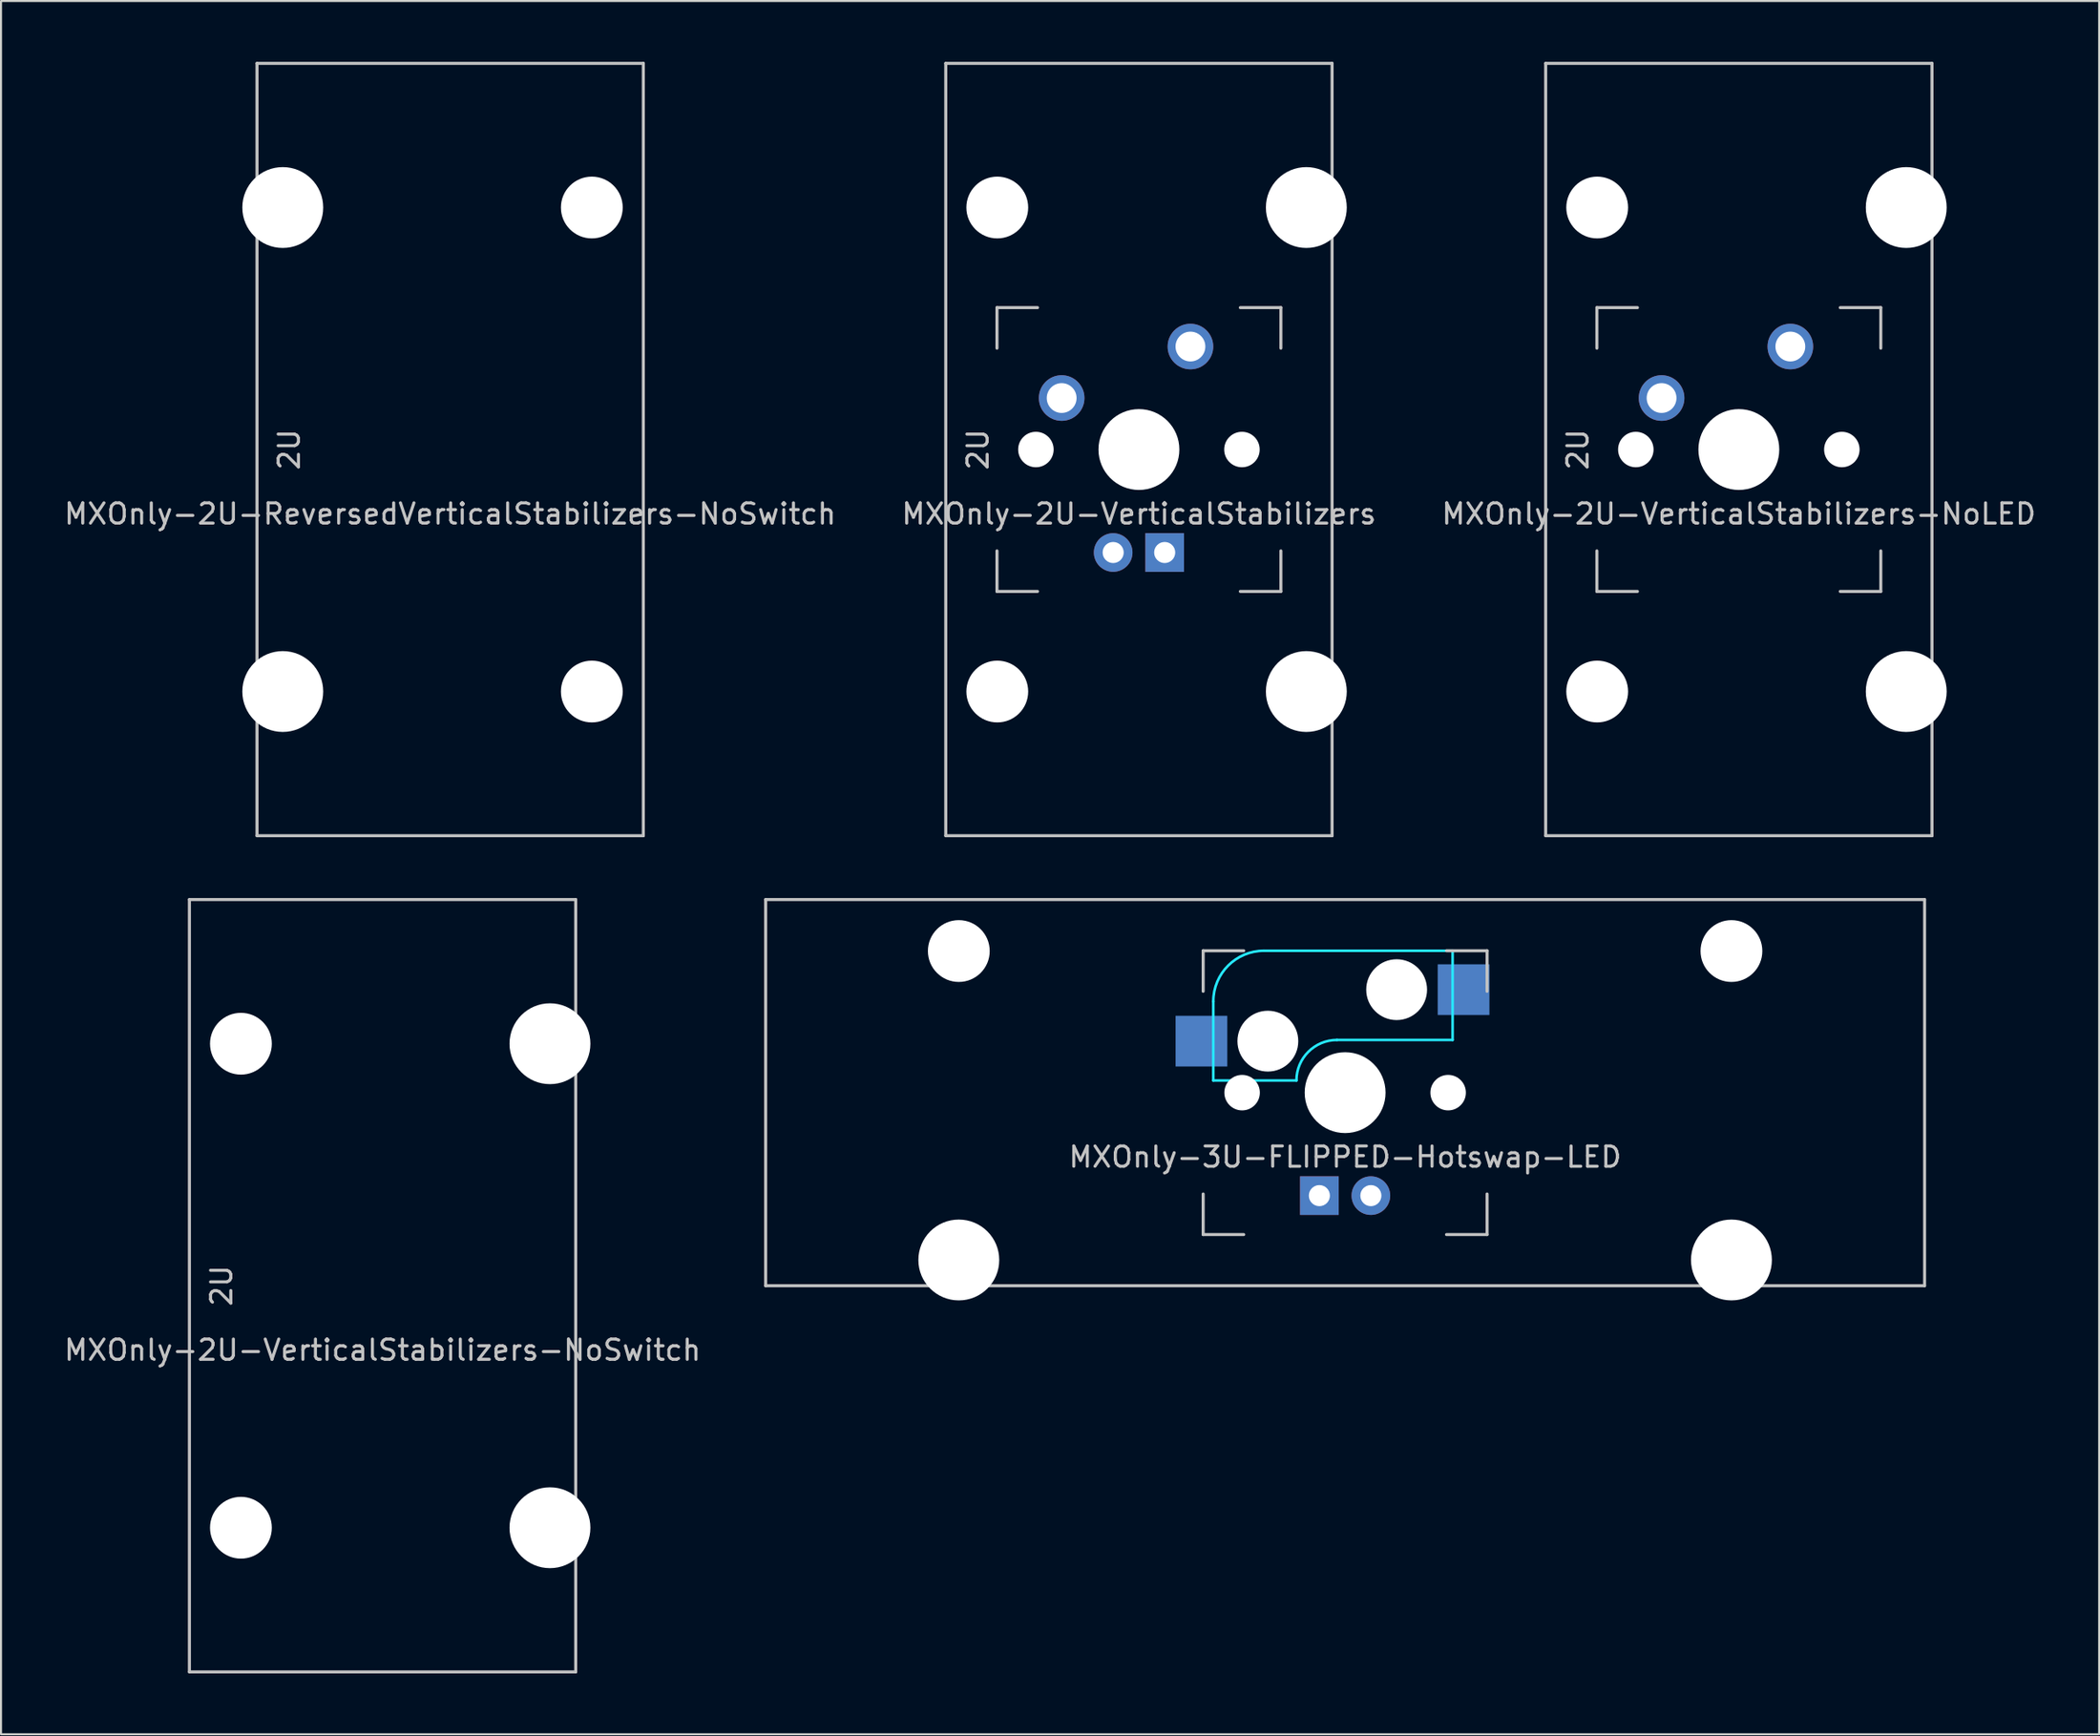
<source format=kicad_pcb>
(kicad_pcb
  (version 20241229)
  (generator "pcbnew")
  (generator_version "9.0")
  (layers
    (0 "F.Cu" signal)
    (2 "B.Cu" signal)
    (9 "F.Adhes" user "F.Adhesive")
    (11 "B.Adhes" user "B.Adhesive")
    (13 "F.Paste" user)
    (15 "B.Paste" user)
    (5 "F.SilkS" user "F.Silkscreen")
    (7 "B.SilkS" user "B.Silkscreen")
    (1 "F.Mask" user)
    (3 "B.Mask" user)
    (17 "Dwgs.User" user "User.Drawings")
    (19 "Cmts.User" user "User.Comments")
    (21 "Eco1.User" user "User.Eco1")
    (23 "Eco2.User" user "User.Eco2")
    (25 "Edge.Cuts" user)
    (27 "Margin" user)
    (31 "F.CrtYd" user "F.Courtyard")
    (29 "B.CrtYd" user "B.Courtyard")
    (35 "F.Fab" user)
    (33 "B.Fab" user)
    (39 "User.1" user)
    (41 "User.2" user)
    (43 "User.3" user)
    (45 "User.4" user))
  (footprint "MXOnly-2U-ReversedVerticalStabilizers-NoSwitch"
    (layer "F.Cu")
    (at 19.149 19.125)
    (property "Reference" "MXOnly-2U-ReversedVerticalStabilizers-NoSwitch" (at 0 3.175 0) (layer "Dwgs.User") (effects (font (size 1 1) (thickness 0.15))))
    (attr through_hole)
    (fp_line (start -9.525 -19.05) (end 9.525 -19.05) (stroke (width 0.15) (type solid)) (layer "Dwgs.User"))
    (fp_line (start -9.525 19.05) (end -9.525 -19.05) (stroke (width 0.15) (type solid)) (layer "Dwgs.User"))
    (fp_line (start 9.525 19.05) (end -9.525 19.05) (stroke (width 0.15) (type solid)) (layer "Dwgs.User"))
    (fp_line (start 9.525 19.05) (end 9.525 -19.05) (stroke (width 0.15) (type solid)) (layer "Dwgs.User"))
    (fp_text user "2U" (at -7.938 0 270) (layer "Dwgs.User") (effects (font (size 1 1) (thickness 0.15))))
    (pad "" np_thru_hole circle (at -8.255 -11.938 90) (size 3.988 3.988) (drill 3.988) (layers "*.Cu" "*.Mask"))
    (pad "" np_thru_hole circle (at -8.255 11.938 90) (size 3.988 3.988) (drill 3.988) (layers "*.Cu" "*.Mask"))
    (pad "" np_thru_hole circle (at 6.985 -11.938 180) (size 3.048 3.048) (drill 3.048) (layers "*.Cu" "*.Mask"))
    (pad "" np_thru_hole circle (at 6.985 11.938 90) (size 3.048 3.048) (drill 3.048) (layers "*.Cu" "*.Mask")))
  (footprint "MXOnly-2U-VerticalStabilizers"
    (layer "F.Cu")
    (at 53.113 19.125)
    (property "Reference" "MXOnly-2U-VerticalStabilizers" (at 0 3.175 0) (layer "Dwgs.User") (effects (font (size 1 1) (thickness 0.15))))
    (attr through_hole)
    (fp_line (start -9.525 -19.05) (end 9.525 -19.05) (stroke (width 0.15) (type solid)) (layer "Dwgs.User"))
    (fp_line (start -9.525 19.05) (end -9.525 -19.05) (stroke (width 0.15) (type solid)) (layer "Dwgs.User"))
    (fp_line (start -7 -7) (end -7 -5) (stroke (width 0.15) (type solid)) (layer "Dwgs.User"))
    (fp_line (start -7 5) (end -7 7) (stroke (width 0.15) (type solid)) (layer "Dwgs.User"))
    (fp_line (start -7 7) (end -5 7) (stroke (width 0.15) (type solid)) (layer "Dwgs.User"))
    (fp_line (start -5 -7) (end -7 -7) (stroke (width 0.15) (type solid)) (layer "Dwgs.User"))
    (fp_line (start 5 -7) (end 7 -7) (stroke (width 0.15) (type solid)) (layer "Dwgs.User"))
    (fp_line (start 5 7) (end 7 7) (stroke (width 0.15) (type solid)) (layer "Dwgs.User"))
    (fp_line (start 7 -7) (end 7 -5) (stroke (width 0.15) (type solid)) (layer "Dwgs.User"))
    (fp_line (start 7 7) (end 7 5) (stroke (width 0.15) (type solid)) (layer "Dwgs.User"))
    (fp_line (start 9.525 19.05) (end -9.525 19.05) (stroke (width 0.15) (type solid)) (layer "Dwgs.User"))
    (fp_line (start 9.525 19.05) (end 9.525 -19.05) (stroke (width 0.15) (type solid)) (layer "Dwgs.User"))
    (fp_text user "2U" (at -7.938 0 270) (layer "Dwgs.User") (effects (font (size 1 1) (thickness 0.15))))
    (pad "" np_thru_hole circle (at -6.985 -11.938 180) (size 3.048 3.048) (drill 3.048) (layers "*.Cu" "*.Mask"))
    (pad "" np_thru_hole circle (at -6.985 11.938 90) (size 3.048 3.048) (drill 3.048) (layers "*.Cu" "*.Mask"))
    (pad "" np_thru_hole circle (at -5.08 0 48.1) (size 1.75 1.75) (drill 1.75) (layers "*.Cu" "*.Mask"))
    (pad "" np_thru_hole circle (at 0 0) (size 3.988 3.988) (drill 3.988) (layers "*.Cu" "*.Mask"))
    (pad "" np_thru_hole circle (at 5.08 0 48.1) (size 1.75 1.75) (drill 1.75) (layers "*.Cu" "*.Mask"))
    (pad "" np_thru_hole circle (at 8.255 -11.938 90) (size 3.988 3.988) (drill 3.988) (layers "*.Cu" "*.Mask"))
    (pad "" np_thru_hole circle (at 8.255 11.938 90) (size 3.988 3.988) (drill 3.988) (layers "*.Cu" "*.Mask"))
    (pad "1" thru_hole circle (at -3.81 -2.54) (size 2.25 2.25) (drill 1.47) (layers "*.Cu" "B.Mask"))
    (pad "2" thru_hole circle (at 2.54 -5.08) (size 2.25 2.25) (drill 1.47) (layers "*.Cu" "B.Mask"))
    (pad "3" thru_hole circle (at -1.27 5.08) (size 1.905 1.905) (drill 1.04) (layers "*.Cu" "B.Mask"))
    (pad "4" thru_hole rect (at 1.27 5.08) (size 1.905 1.905) (drill 1.04) (layers "*.Cu" "B.Mask")))
  (footprint "MXOnly-2U-VerticalStabilizers-NoSwitch"
    (layer "F.Cu")
    (at 15.815 60.375)
    (property "Reference" "MXOnly-2U-VerticalStabilizers-NoSwitch" (at 0 3.175 0) (layer "Dwgs.User") (effects (font (size 1 1) (thickness 0.15))))
    (attr through_hole)
    (fp_line (start -9.525 -19.05) (end 9.525 -19.05) (stroke (width 0.15) (type solid)) (layer "Dwgs.User"))
    (fp_line (start -9.525 19.05) (end -9.525 -19.05) (stroke (width 0.15) (type solid)) (layer "Dwgs.User"))
    (fp_line (start 9.525 19.05) (end -9.525 19.05) (stroke (width 0.15) (type solid)) (layer "Dwgs.User"))
    (fp_line (start 9.525 19.05) (end 9.525 -19.05) (stroke (width 0.15) (type solid)) (layer "Dwgs.User"))
    (fp_text user "2U" (at -7.938 0 270) (layer "Dwgs.User") (effects (font (size 1 1) (thickness 0.15))))
    (pad "" np_thru_hole circle (at -6.985 -11.938 180) (size 3.048 3.048) (drill 3.048) (layers "*.Cu" "*.Mask"))
    (pad "" np_thru_hole circle (at -6.985 11.938 90) (size 3.048 3.048) (drill 3.048) (layers "*.Cu" "*.Mask"))
    (pad "" np_thru_hole circle (at 8.255 -11.938 90) (size 3.988 3.988) (drill 3.988) (layers "*.Cu" "*.Mask"))
    (pad "" np_thru_hole circle (at 8.255 11.938 90) (size 3.988 3.988) (drill 3.988) (layers "*.Cu" "*.Mask")))
  (footprint "MXOnly-2U-VerticalStabilizers-NoLED"
    (layer "F.Cu")
    (at 82.696 19.125)
    (property "Reference" "MXOnly-2U-VerticalStabilizers-NoLED" (at 0 3.175 0) (layer "Dwgs.User") (effects (font (size 1 1) (thickness 0.15))))
    (attr through_hole)
    (fp_line (start -9.525 -19.05) (end 9.525 -19.05) (stroke (width 0.15) (type solid)) (layer "Dwgs.User"))
    (fp_line (start -9.525 19.05) (end -9.525 -19.05) (stroke (width 0.15) (type solid)) (layer "Dwgs.User"))
    (fp_line (start -7 -7) (end -7 -5) (stroke (width 0.15) (type solid)) (layer "Dwgs.User"))
    (fp_line (start -7 5) (end -7 7) (stroke (width 0.15) (type solid)) (layer "Dwgs.User"))
    (fp_line (start -7 7) (end -5 7) (stroke (width 0.15) (type solid)) (layer "Dwgs.User"))
    (fp_line (start -5 -7) (end -7 -7) (stroke (width 0.15) (type solid)) (layer "Dwgs.User"))
    (fp_line (start 5 -7) (end 7 -7) (stroke (width 0.15) (type solid)) (layer "Dwgs.User"))
    (fp_line (start 5 7) (end 7 7) (stroke (width 0.15) (type solid)) (layer "Dwgs.User"))
    (fp_line (start 7 -7) (end 7 -5) (stroke (width 0.15) (type solid)) (layer "Dwgs.User"))
    (fp_line (start 7 7) (end 7 5) (stroke (width 0.15) (type solid)) (layer "Dwgs.User"))
    (fp_line (start 9.525 19.05) (end -9.525 19.05) (stroke (width 0.15) (type solid)) (layer "Dwgs.User"))
    (fp_line (start 9.525 19.05) (end 9.525 -19.05) (stroke (width 0.15) (type solid)) (layer "Dwgs.User"))
    (fp_text user "2U" (at -7.938 0 270) (layer "Dwgs.User") (effects (font (size 1 1) (thickness 0.15))))
    (pad "" np_thru_hole circle (at -6.985 -11.938 180) (size 3.048 3.048) (drill 3.048) (layers "*.Cu" "*.Mask"))
    (pad "" np_thru_hole circle (at -6.985 11.938 90) (size 3.048 3.048) (drill 3.048) (layers "*.Cu" "*.Mask"))
    (pad "" np_thru_hole circle (at -5.08 0 48.1) (size 1.75 1.75) (drill 1.75) (layers "*.Cu" "*.Mask"))
    (pad "" np_thru_hole circle (at 0 0) (size 3.988 3.988) (drill 3.988) (layers "*.Cu" "*.Mask"))
    (pad "" np_thru_hole circle (at 5.08 0 48.1) (size 1.75 1.75) (drill 1.75) (layers "*.Cu" "*.Mask"))
    (pad "" np_thru_hole circle (at 8.255 -11.938 90) (size 3.988 3.988) (drill 3.988) (layers "*.Cu" "*.Mask"))
    (pad "" np_thru_hole circle (at 8.255 11.938 90) (size 3.988 3.988) (drill 3.988) (layers "*.Cu" "*.Mask"))
    (pad "1" thru_hole circle (at -3.81 -2.54) (size 2.25 2.25) (drill 1.47) (layers "*.Cu" "B.Mask"))
    (pad "2" thru_hole circle (at 2.54 -5.08) (size 2.25 2.25) (drill 1.47) (layers "*.Cu" "B.Mask")))
  (footprint "MXOnly-3U-FLIPPED-Hotswap-LED"
    (layer "F.Cu")
    (at 63.281 50.85)
    (property "Reference" "MXOnly-3U-FLIPPED-Hotswap-LED" (at 0 3.175 0) (layer "Dwgs.User") (effects (font (size 1 1) (thickness 0.15))))
    (attr through_hole)
    (fp_line (start -28.575 -9.525) (end 28.575 -9.525) (stroke (width 0.15) (type solid)) (layer "Dwgs.User"))
    (fp_line (start -28.575 9.525) (end -28.575 -9.525) (stroke (width 0.15) (type solid)) (layer "Dwgs.User"))
    (fp_line (start -28.575 9.525) (end 28.575 9.525) (stroke (width 0.15) (type solid)) (layer "Dwgs.User"))
    (fp_line (start -7 -7) (end -7 -5) (stroke (width 0.15) (type solid)) (layer "Dwgs.User"))
    (fp_line (start -7 5) (end -7 7) (stroke (width 0.15) (type solid)) (layer "Dwgs.User"))
    (fp_line (start -7 7) (end -5 7) (stroke (width 0.15) (type solid)) (layer "Dwgs.User"))
    (fp_line (start -5 -7) (end -7 -7) (stroke (width 0.15) (type solid)) (layer "Dwgs.User"))
    (fp_line (start 5 -7) (end 7 -7) (stroke (width 0.15) (type solid)) (layer "Dwgs.User"))
    (fp_line (start 5 7) (end 7 7) (stroke (width 0.15) (type solid)) (layer "Dwgs.User"))
    (fp_line (start 7 -7) (end 7 -5) (stroke (width 0.15) (type solid)) (layer "Dwgs.User"))
    (fp_line (start 7 7) (end 7 5) (stroke (width 0.15) (type solid)) (layer "Dwgs.User"))
    (fp_line (start 28.575 -9.525) (end 28.575 9.525) (stroke (width 0.15) (type solid)) (layer "Dwgs.User"))
    (fp_line (start -6.5 -4.5) (end -6.5 -0.6) (stroke (width 0.127) (type solid)) (layer "B.CrtYd"))
    (fp_line (start -6.5 -0.6) (end -2.4 -0.6) (stroke (width 0.127) (type solid)) (layer "B.CrtYd"))
    (fp_line (start -0.4 -2.6) (end 5.3 -2.6) (stroke (width 0.127) (type solid)) (layer "B.CrtYd"))
    (fp_line (start 5.3 -7) (end -4 -7) (stroke (width 0.127) (type solid)) (layer "B.CrtYd"))
    (fp_line (start 5.3 -7) (end 5.3 -2.6) (stroke (width 0.127) (type solid)) (layer "B.CrtYd"))
    (fp_arc (start -6.5 -4.5) (mid -5.767767 -6.267767) (end -4 -7) (stroke (width 0.127) (type solid)) (layer "B.CrtYd"))
    (fp_arc (start -2.4 -0.6) (mid -1.814214 -2.014214) (end -0.4 -2.6) (stroke (width 0.127) (type solid)) (layer "B.CrtYd"))
    (pad "" np_thru_hole circle (at -19.05 -6.985) (size 3.048 3.048) (drill 3.048) (layers "*.Cu" "*.Mask"))
    (pad "" np_thru_hole circle (at -19.05 8.255) (size 3.988 3.988) (drill 3.988) (layers "*.Cu" "*.Mask"))
    (pad "" np_thru_hole circle (at -5.08 0 48.1) (size 1.75 1.75) (drill 1.75) (layers "*.Cu" "*.Mask"))
    (pad "" np_thru_hole circle (at -3.81 -2.54) (size 3 3) (drill 3) (layers "*.Cu" "*.Mask"))
    (pad "" np_thru_hole circle (at 0 0) (size 3.988 3.988) (drill 3.988) (layers "*.Cu" "*.Mask"))
    (pad "" np_thru_hole circle (at 2.54 -5.08) (size 3 3) (drill 3) (layers "*.Cu" "*.Mask"))
    (pad "" np_thru_hole circle (at 5.08 0 48.1) (size 1.75 1.75) (drill 1.75) (layers "*.Cu" "*.Mask"))
    (pad "" np_thru_hole circle (at 19.05 -6.985) (size 3.048 3.048) (drill 3.048) (layers "*.Cu" "*.Mask"))
    (pad "" np_thru_hole circle (at 19.05 8.255) (size 3.988 3.988) (drill 3.988) (layers "*.Cu" "*.Mask"))
    (pad "1" smd rect (at -7.085 -2.54) (size 2.55 2.5) (layers "B.Cu" "B.Mask" "B.Paste"))
    (pad "2" smd rect (at 5.842 -5.08) (size 2.55 2.5) (layers "B.Cu" "B.Mask" "B.Paste"))
    (pad "3" thru_hole circle (at 1.27 5.08 180) (size 1.905 1.905) (drill 1.04) (layers "*.Cu" "B.Mask"))
    (pad "4" thru_hole rect (at -1.27 5.08 180) (size 1.905 1.905) (drill 1.04) (layers "*.Cu" "B.Mask")))
  (gr_rect
    (start -3 -3)
    (end 100.464 82.5)
    (stroke (width 0.1) (type default))
    (fill no)
    (layer "Edge.Cuts")))
</source>
